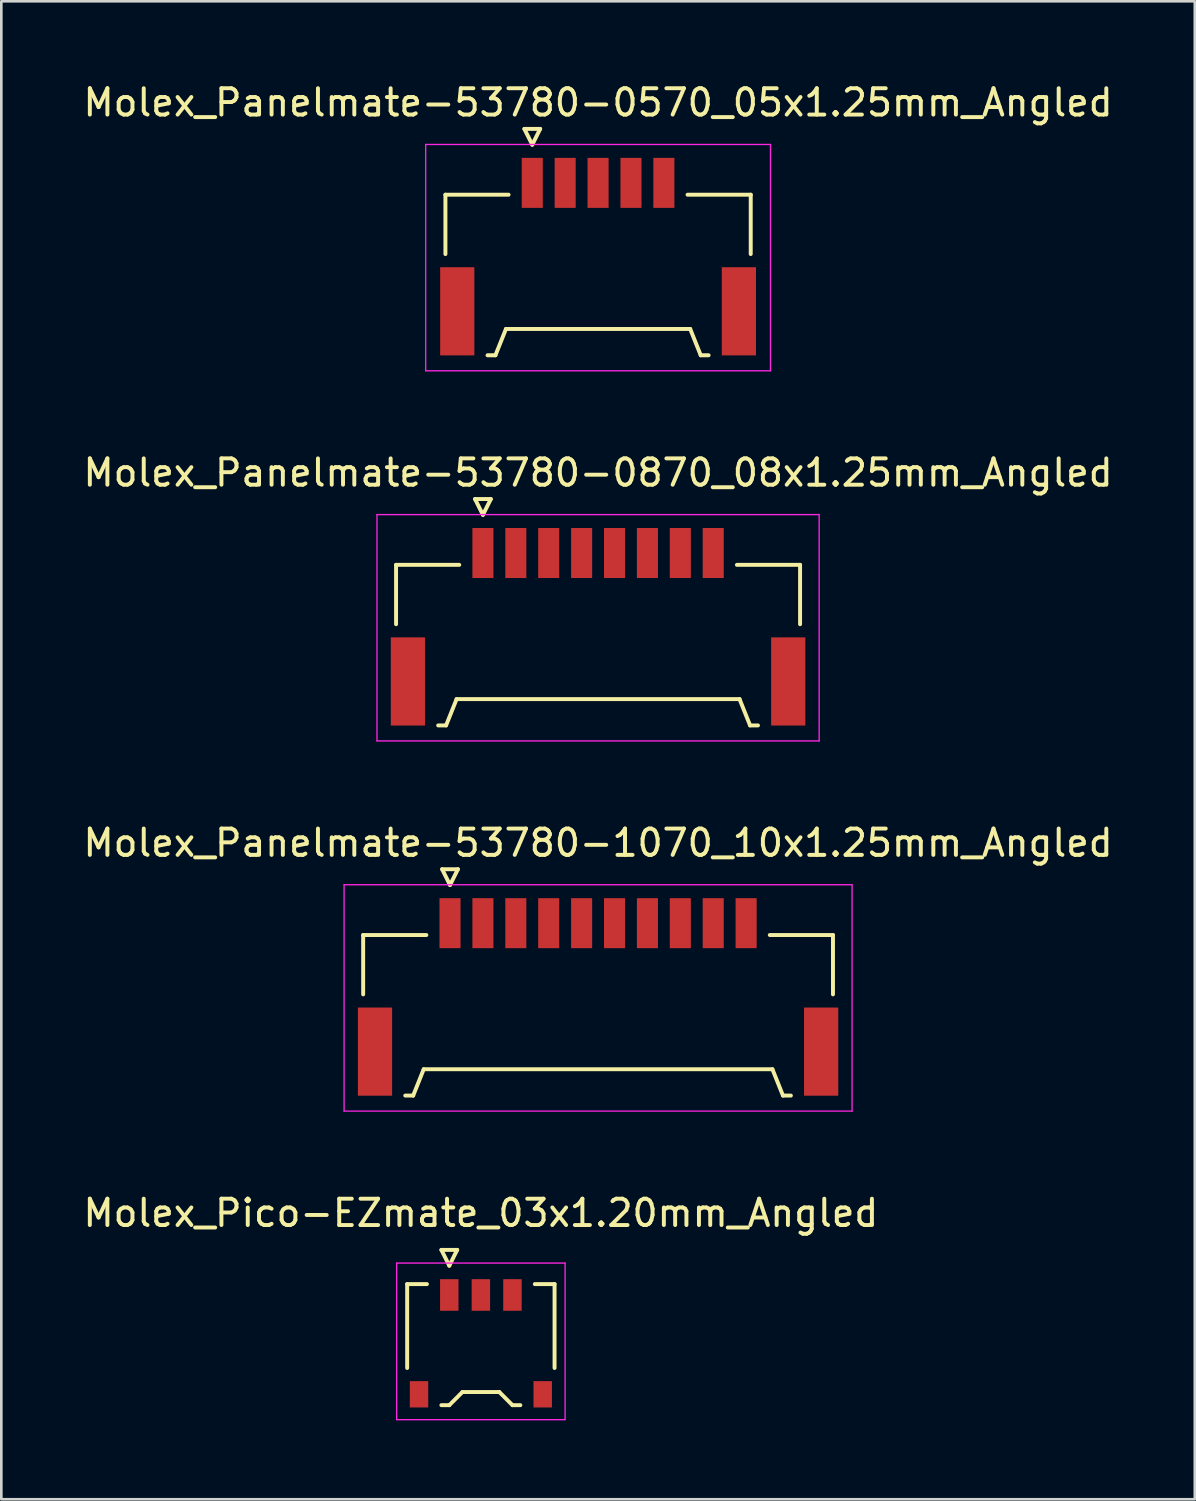
<source format=kicad_pcb>
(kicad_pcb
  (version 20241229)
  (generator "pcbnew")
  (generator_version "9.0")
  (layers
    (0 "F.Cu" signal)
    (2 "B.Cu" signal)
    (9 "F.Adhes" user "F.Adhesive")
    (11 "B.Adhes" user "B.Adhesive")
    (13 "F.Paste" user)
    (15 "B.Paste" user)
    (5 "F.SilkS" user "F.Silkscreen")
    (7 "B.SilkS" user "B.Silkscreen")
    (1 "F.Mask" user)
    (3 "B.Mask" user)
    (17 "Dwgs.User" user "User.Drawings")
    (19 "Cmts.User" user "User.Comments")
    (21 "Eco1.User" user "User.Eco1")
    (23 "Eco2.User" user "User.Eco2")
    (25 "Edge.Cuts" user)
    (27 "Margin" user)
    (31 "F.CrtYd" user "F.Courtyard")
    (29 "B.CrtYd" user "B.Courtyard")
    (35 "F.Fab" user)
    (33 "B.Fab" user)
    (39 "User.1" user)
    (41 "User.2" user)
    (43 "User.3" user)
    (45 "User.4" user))
  (footprint "Molex_Panelmate-53780-0870_08x1.25mm_Angled"
    (layer "F.Cu")
    (at 19.673 20.401)
    (property "Reference" "Molex_Panelmate-53780-0870_08x1.25mm_Angled" (at 0 -5.49 0) (layer "F.SilkS") (effects (font (size 1 1) (thickness 0.15))))
    (attr smd)
    (fp_line (start -7.675 -1.99) (end -7.675 0.265) (stroke (width 0.15) (type solid)) (layer "F.SilkS"))
    (fp_line (start -6.075 4.11) (end -5.775 4.11) (stroke (width 0.15) (type solid)) (layer "F.SilkS"))
    (fp_line (start -5.775 4.11) (end -5.375 3.11) (stroke (width 0.15) (type solid)) (layer "F.SilkS"))
    (fp_line (start -5.375 3.11) (end 5.375 3.11) (stroke (width 0.15) (type solid)) (layer "F.SilkS"))
    (fp_line (start -5.275 -1.99) (end -7.675 -1.99) (stroke (width 0.15) (type solid)) (layer "F.SilkS"))
    (fp_line (start -4.675 -4.49) (end -4.375 -3.89) (stroke (width 0.15) (type solid)) (layer "F.SilkS"))
    (fp_line (start -4.375 -3.89) (end -4.075 -4.49) (stroke (width 0.15) (type solid)) (layer "F.SilkS"))
    (fp_line (start -4.075 -4.49) (end -4.675 -4.49) (stroke (width 0.15) (type solid)) (layer "F.SilkS"))
    (fp_line (start 5.275 -1.99) (end 7.675 -1.99) (stroke (width 0.15) (type solid)) (layer "F.SilkS"))
    (fp_line (start 5.375 3.11) (end 5.775 4.11) (stroke (width 0.15) (type solid)) (layer "F.SilkS"))
    (fp_line (start 5.775 4.11) (end 6.075 4.11) (stroke (width 0.15) (type solid)) (layer "F.SilkS"))
    (fp_line (start 7.675 -1.99) (end 7.675 0.265) (stroke (width 0.15) (type solid)) (layer "F.SilkS"))
    (fp_line (start -8.4 -3.9) (end -8.4 4.7) (stroke (width 0.05) (type solid)) (layer "F.CrtYd"))
    (fp_line (start -8.4 4.7) (end 8.4 4.7) (stroke (width 0.05) (type solid)) (layer "F.CrtYd"))
    (fp_line (start 8.4 -3.9) (end -8.4 -3.9) (stroke (width 0.05) (type solid)) (layer "F.CrtYd"))
    (fp_line (start 8.4 4.7) (end 8.4 -3.9) (stroke (width 0.05) (type solid)) (layer "F.CrtYd"))
    (pad "" smd rect (at -7.225 2.44) (size 1.3 3.35) (layers "F.Cu" "F.Mask" "F.Paste"))
    (pad "" smd rect (at 7.225 2.44) (size 1.3 3.35) (layers "F.Cu" "F.Mask" "F.Paste"))
    (pad "1" smd rect (at -4.375 -2.44) (size 0.8 1.9) (layers "F.Cu" "F.Mask" "F.Paste"))
    (pad "2" smd rect (at -3.125 -2.44) (size 0.8 1.9) (layers "F.Cu" "F.Mask" "F.Paste"))
    (pad "3" smd rect (at -1.875 -2.44) (size 0.8 1.9) (layers "F.Cu" "F.Mask" "F.Paste"))
    (pad "4" smd rect (at -0.625 -2.44) (size 0.8 1.9) (layers "F.Cu" "F.Mask" "F.Paste"))
    (pad "5" smd rect (at 0.625 -2.44) (size 0.8 1.9) (layers "F.Cu" "F.Mask" "F.Paste"))
    (pad "6" smd rect (at 1.875 -2.44) (size 0.8 1.9) (layers "F.Cu" "F.Mask" "F.Paste"))
    (pad "7" smd rect (at 3.125 -2.44) (size 0.8 1.9) (layers "F.Cu" "F.Mask" "F.Paste"))
    (pad "8" smd rect (at 4.375 -2.44) (size 0.8 1.9) (layers "F.Cu" "F.Mask" "F.Paste")))
  (footprint "Molex_Panelmate-53780-1070_10x1.25mm_Angled"
    (layer "F.Cu")
    (at 19.673 34.465)
    (property "Reference" "Molex_Panelmate-53780-1070_10x1.25mm_Angled" (at 0 -5.49 0) (layer "F.SilkS") (effects (font (size 1 1) (thickness 0.15))))
    (attr smd)
    (fp_line (start -8.925 -1.99) (end -8.925 0.265) (stroke (width 0.15) (type solid)) (layer "F.SilkS"))
    (fp_line (start -7.325 4.11) (end -7.025 4.11) (stroke (width 0.15) (type solid)) (layer "F.SilkS"))
    (fp_line (start -7.025 4.11) (end -6.625 3.11) (stroke (width 0.15) (type solid)) (layer "F.SilkS"))
    (fp_line (start -6.625 3.11) (end 6.625 3.11) (stroke (width 0.15) (type solid)) (layer "F.SilkS"))
    (fp_line (start -6.525 -1.99) (end -8.925 -1.99) (stroke (width 0.15) (type solid)) (layer "F.SilkS"))
    (fp_line (start -5.925 -4.49) (end -5.625 -3.89) (stroke (width 0.15) (type solid)) (layer "F.SilkS"))
    (fp_line (start -5.625 -3.89) (end -5.325 -4.49) (stroke (width 0.15) (type solid)) (layer "F.SilkS"))
    (fp_line (start -5.325 -4.49) (end -5.925 -4.49) (stroke (width 0.15) (type solid)) (layer "F.SilkS"))
    (fp_line (start 6.525 -1.99) (end 8.925 -1.99) (stroke (width 0.15) (type solid)) (layer "F.SilkS"))
    (fp_line (start 6.625 3.11) (end 7.025 4.11) (stroke (width 0.15) (type solid)) (layer "F.SilkS"))
    (fp_line (start 7.025 4.11) (end 7.325 4.11) (stroke (width 0.15) (type solid)) (layer "F.SilkS"))
    (fp_line (start 8.925 -1.99) (end 8.925 0.265) (stroke (width 0.15) (type solid)) (layer "F.SilkS"))
    (fp_line (start -9.65 -3.9) (end -9.65 4.7) (stroke (width 0.05) (type solid)) (layer "F.CrtYd"))
    (fp_line (start -9.65 4.7) (end 9.65 4.7) (stroke (width 0.05) (type solid)) (layer "F.CrtYd"))
    (fp_line (start 9.65 -3.9) (end -9.65 -3.9) (stroke (width 0.05) (type solid)) (layer "F.CrtYd"))
    (fp_line (start 9.65 4.7) (end 9.65 -3.9) (stroke (width 0.05) (type solid)) (layer "F.CrtYd"))
    (pad "" smd rect (at -8.475 2.44) (size 1.3 3.35) (layers "F.Cu" "F.Mask" "F.Paste"))
    (pad "" smd rect (at 8.475 2.44) (size 1.3 3.35) (layers "F.Cu" "F.Mask" "F.Paste"))
    (pad "1" smd rect (at -5.625 -2.44) (size 0.8 1.9) (layers "F.Cu" "F.Mask" "F.Paste"))
    (pad "2" smd rect (at -4.375 -2.44) (size 0.8 1.9) (layers "F.Cu" "F.Mask" "F.Paste"))
    (pad "3" smd rect (at -3.125 -2.44) (size 0.8 1.9) (layers "F.Cu" "F.Mask" "F.Paste"))
    (pad "4" smd rect (at -1.875 -2.44) (size 0.8 1.9) (layers "F.Cu" "F.Mask" "F.Paste"))
    (pad "5" smd rect (at -0.625 -2.44) (size 0.8 1.9) (layers "F.Cu" "F.Mask" "F.Paste"))
    (pad "6" smd rect (at 0.625 -2.44) (size 0.8 1.9) (layers "F.Cu" "F.Mask" "F.Paste"))
    (pad "7" smd rect (at 1.875 -2.44) (size 0.8 1.9) (layers "F.Cu" "F.Mask" "F.Paste"))
    (pad "8" smd rect (at 3.125 -2.44) (size 0.8 1.9) (layers "F.Cu" "F.Mask" "F.Paste"))
    (pad "9" smd rect (at 4.375 -2.44) (size 0.8 1.9) (layers "F.Cu" "F.Mask" "F.Paste"))
    (pad "10" smd rect (at 5.625 -2.44) (size 0.8 1.9) (layers "F.Cu" "F.Mask" "F.Paste")))
  (footprint "Molex_Pico-EZmate_03x1.20mm_Angled"
    (layer "F.Cu")
    (at 15.22 48.038)
    (property "Reference" "Molex_Pico-EZmate_03x1.20mm_Angled" (at 0 -5 0) (layer "F.SilkS") (effects (font (size 1 1) (thickness 0.15))))
    (attr smd)
    (fp_line (start -2.8 -2.3) (end -2.8 0.887) (stroke (width 0.15) (type solid)) (layer "F.SilkS"))
    (fp_line (start -2.05 -2.3) (end -2.8 -2.3) (stroke (width 0.15) (type solid)) (layer "F.SilkS"))
    (fp_line (start -1.5 -3.6) (end -1.2 -3) (stroke (width 0.15) (type solid)) (layer "F.SilkS"))
    (fp_line (start -1.5 2.3) (end -1.2 2.3) (stroke (width 0.15) (type solid)) (layer "F.SilkS"))
    (fp_line (start -1.2 -3) (end -0.9 -3.6) (stroke (width 0.15) (type solid)) (layer "F.SilkS"))
    (fp_line (start -1.2 2.3) (end -0.7 1.8) (stroke (width 0.15) (type solid)) (layer "F.SilkS"))
    (fp_line (start -0.9 -3.6) (end -1.5 -3.6) (stroke (width 0.15) (type solid)) (layer "F.SilkS"))
    (fp_line (start -0.7 1.8) (end 0.7 1.8) (stroke (width 0.15) (type solid)) (layer "F.SilkS"))
    (fp_line (start 0.7 1.8) (end 1.2 2.3) (stroke (width 0.15) (type solid)) (layer "F.SilkS"))
    (fp_line (start 1.2 2.3) (end 1.5 2.3) (stroke (width 0.15) (type solid)) (layer "F.SilkS"))
    (fp_line (start 2.05 -2.3) (end 2.8 -2.3) (stroke (width 0.15) (type solid)) (layer "F.SilkS"))
    (fp_line (start 2.8 -2.3) (end 2.8 0.887) (stroke (width 0.15) (type solid)) (layer "F.SilkS"))
    (fp_line (start -3.2 -3.1) (end -3.2 2.85) (stroke (width 0.05) (type solid)) (layer "F.CrtYd"))
    (fp_line (start -3.2 2.85) (end 3.2 2.85) (stroke (width 0.05) (type solid)) (layer "F.CrtYd"))
    (fp_line (start 3.2 -3.1) (end -3.2 -3.1) (stroke (width 0.05) (type solid)) (layer "F.CrtYd"))
    (fp_line (start 3.2 2.85) (end 3.2 -3.1) (stroke (width 0.05) (type solid)) (layer "F.CrtYd"))
    (pad "" smd rect (at -2.35 1.887) (size 0.7 1) (layers "F.Cu" "F.Mask" "F.Paste"))
    (pad "" smd rect (at 2.35 1.887) (size 0.7 1) (layers "F.Cu" "F.Mask" "F.Paste"))
    (pad "1" smd rect (at -1.2 -1.887) (size 0.7 1.2) (layers "F.Cu" "F.Mask" "F.Paste"))
    (pad "2" smd rect (at 0 -1.887) (size 0.7 1.2) (layers "F.Cu" "F.Mask" "F.Paste"))
    (pad "3" smd rect (at 1.2 -1.887) (size 0.7 1.2) (layers "F.Cu" "F.Mask" "F.Paste")))
  (footprint "Molex_Panelmate-53780-0570_05x1.25mm_Angled"
    (layer "F.Cu")
    (at 19.673 6.338)
    (property "Reference" "Molex_Panelmate-53780-0570_05x1.25mm_Angled" (at 0 -5.49 0) (layer "F.SilkS") (effects (font (size 1 1) (thickness 0.15))))
    (attr smd)
    (fp_line (start -5.8 -1.99) (end -5.8 0.265) (stroke (width 0.15) (type solid)) (layer "F.SilkS"))
    (fp_line (start -4.2 4.11) (end -3.9 4.11) (stroke (width 0.15) (type solid)) (layer "F.SilkS"))
    (fp_line (start -3.9 4.11) (end -3.5 3.11) (stroke (width 0.15) (type solid)) (layer "F.SilkS"))
    (fp_line (start -3.5 3.11) (end 3.5 3.11) (stroke (width 0.15) (type solid)) (layer "F.SilkS"))
    (fp_line (start -3.4 -1.99) (end -5.8 -1.99) (stroke (width 0.15) (type solid)) (layer "F.SilkS"))
    (fp_line (start -2.8 -4.49) (end -2.5 -3.89) (stroke (width 0.15) (type solid)) (layer "F.SilkS"))
    (fp_line (start -2.5 -3.89) (end -2.2 -4.49) (stroke (width 0.15) (type solid)) (layer "F.SilkS"))
    (fp_line (start -2.2 -4.49) (end -2.8 -4.49) (stroke (width 0.15) (type solid)) (layer "F.SilkS"))
    (fp_line (start 3.4 -1.99) (end 5.8 -1.99) (stroke (width 0.15) (type solid)) (layer "F.SilkS"))
    (fp_line (start 3.5 3.11) (end 3.9 4.11) (stroke (width 0.15) (type solid)) (layer "F.SilkS"))
    (fp_line (start 3.9 4.11) (end 4.2 4.11) (stroke (width 0.15) (type solid)) (layer "F.SilkS"))
    (fp_line (start 5.8 -1.99) (end 5.8 0.265) (stroke (width 0.15) (type solid)) (layer "F.SilkS"))
    (fp_line (start -6.55 -3.9) (end -6.55 4.7) (stroke (width 0.05) (type solid)) (layer "F.CrtYd"))
    (fp_line (start -6.55 4.7) (end 6.55 4.7) (stroke (width 0.05) (type solid)) (layer "F.CrtYd"))
    (fp_line (start 6.55 -3.9) (end -6.55 -3.9) (stroke (width 0.05) (type solid)) (layer "F.CrtYd"))
    (fp_line (start 6.55 4.7) (end 6.55 -3.9) (stroke (width 0.05) (type solid)) (layer "F.CrtYd"))
    (pad "" smd rect (at -5.35 2.44) (size 1.3 3.35) (layers "F.Cu" "F.Mask" "F.Paste"))
    (pad "" smd rect (at 5.35 2.44) (size 1.3 3.35) (layers "F.Cu" "F.Mask" "F.Paste"))
    (pad "1" smd rect (at -2.5 -2.44) (size 0.8 1.9) (layers "F.Cu" "F.Mask" "F.Paste"))
    (pad "2" smd rect (at -1.25 -2.44) (size 0.8 1.9) (layers "F.Cu" "F.Mask" "F.Paste"))
    (pad "3" smd rect (at 0 -2.44) (size 0.8 1.9) (layers "F.Cu" "F.Mask" "F.Paste"))
    (pad "4" smd rect (at 1.25 -2.44) (size 0.8 1.9) (layers "F.Cu" "F.Mask" "F.Paste"))
    (pad "5" smd rect (at 2.5 -2.44) (size 0.8 1.9) (layers "F.Cu" "F.Mask" "F.Paste")))
  (gr_rect
    (start -3 -3)
    (end 42.345 53.913)
    (stroke (width 0.1) (type default))
    (fill no)
    (layer "Edge.Cuts")))
</source>
